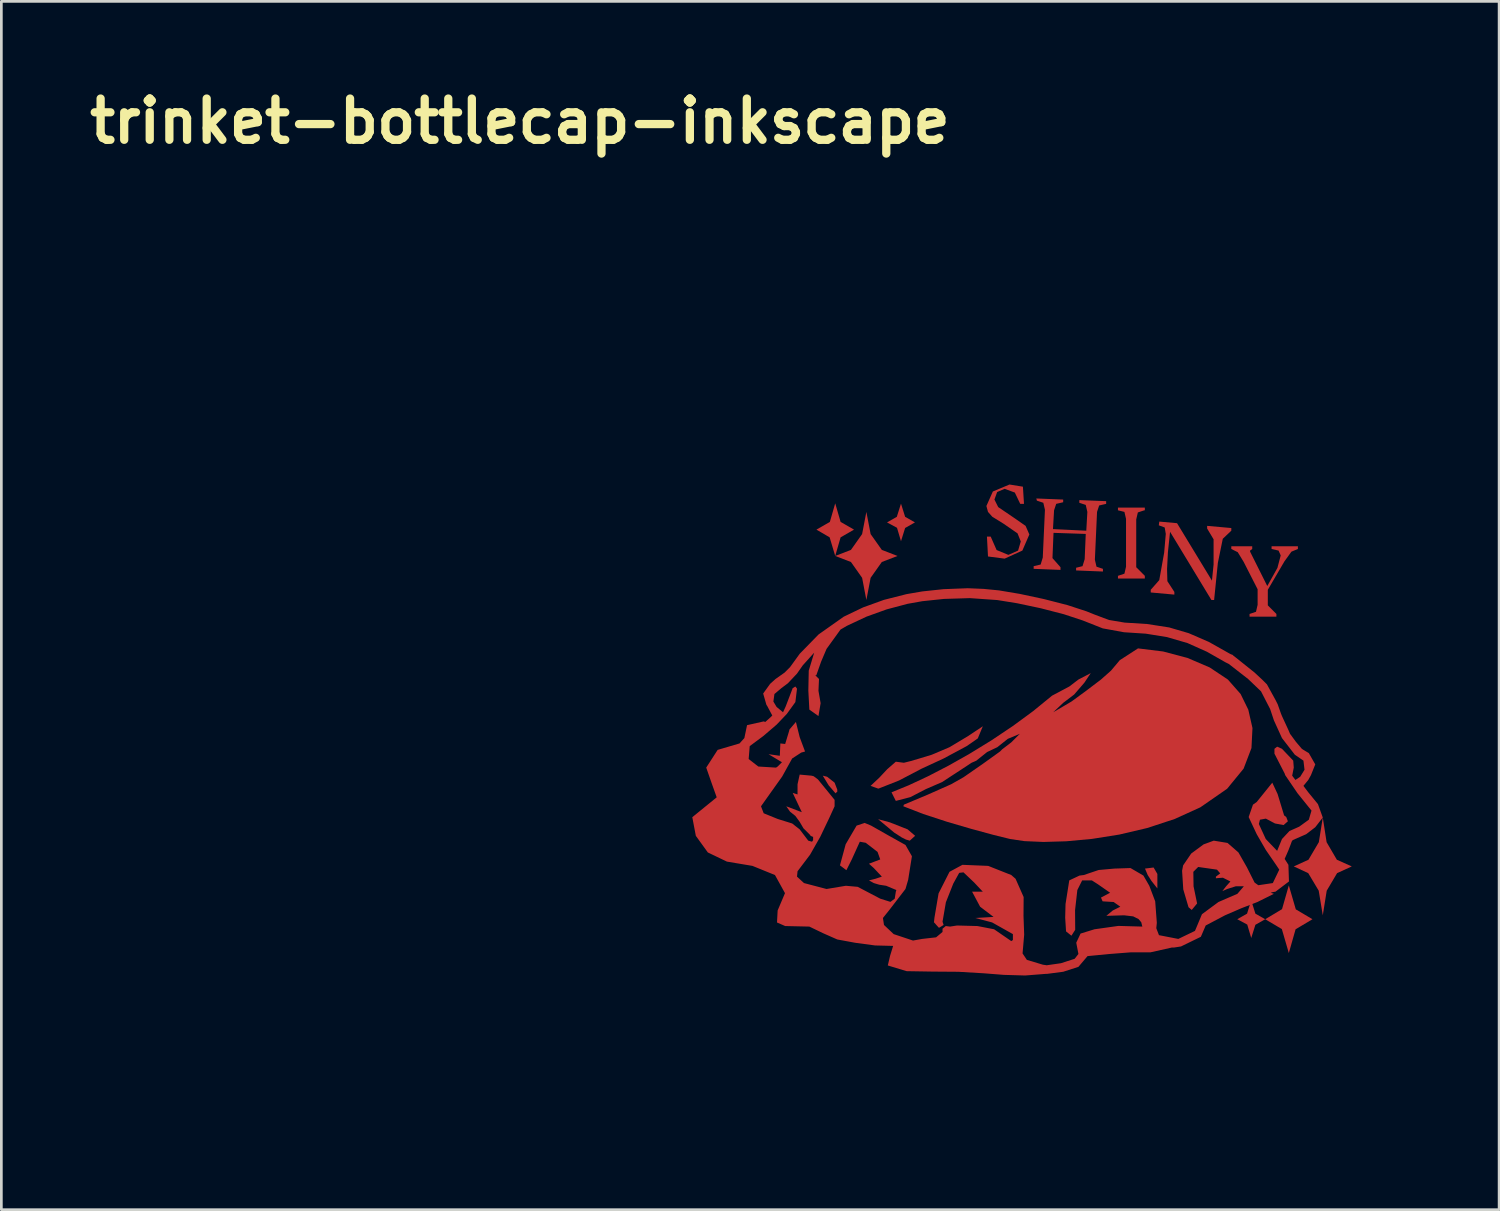
<source format=kicad_pcb>
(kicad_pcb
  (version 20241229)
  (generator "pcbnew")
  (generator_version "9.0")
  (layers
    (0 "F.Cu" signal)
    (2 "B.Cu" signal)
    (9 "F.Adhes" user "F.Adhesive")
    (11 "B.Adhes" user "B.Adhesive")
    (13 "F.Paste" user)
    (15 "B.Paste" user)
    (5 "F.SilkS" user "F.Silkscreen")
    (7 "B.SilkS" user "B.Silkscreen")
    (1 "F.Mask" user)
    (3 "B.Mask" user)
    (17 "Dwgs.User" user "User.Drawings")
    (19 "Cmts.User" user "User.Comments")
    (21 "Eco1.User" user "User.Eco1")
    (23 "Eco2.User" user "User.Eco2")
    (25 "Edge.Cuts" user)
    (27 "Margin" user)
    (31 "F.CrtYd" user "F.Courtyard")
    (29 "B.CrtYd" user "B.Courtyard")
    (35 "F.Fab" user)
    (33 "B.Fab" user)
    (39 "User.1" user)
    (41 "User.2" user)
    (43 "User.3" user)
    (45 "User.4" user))
  (footprint "trinket-bottlecap-inkscape"
    (layer "F.Cu")
    (at 16.162 4.474)
    (property "Reference" "trinket-bottlecap-inkscape" (at 0 -3.048 0) (layer "F.SilkS") (effects (font (size 1.524 1.524) (thickness 0.305))))
    (attr exclude_from_pos_files exclude_from_bom)
    (fp_poly (pts (xy 11.069 18.417) (xy 11.069 18.437) (xy 11.069 18.417)) (stroke (width 0) (type solid)) (fill yes) (layer "F.Cu"))
    (fp_poly (pts (xy 23.412 24.529) (xy 23.094 24.569) (xy 23.194 24.807) (xy 23.333 25.025) (xy 23.551 25.303) (xy 23.551 24.767) (xy 23.412 24.529)) (stroke (width 0) (type solid)) (fill yes) (layer "F.Cu"))
    (fp_poly (pts (xy 11.625 21.394) (xy 11.347 21.175) (xy 11.188 21.136) (xy 11.406 21.493) (xy 11.645 21.771) (xy 11.645 21.791) (xy 11.724 21.731) (xy 11.724 21.652) (xy 11.625 21.394)) (stroke (width 0) (type solid)) (fill yes) (layer "F.Cu"))
    (fp_poly (pts (xy 11.648 11.073) (xy 11.45 11.76) (xy 10.954 12.045) (xy 11.442 12.33) (xy 11.648 13.018) (xy 11.847 12.33) (xy 12.343 12.045) (xy 11.847 11.76) (xy 11.648 11.073)) (stroke (width 0) (type solid)) (fill yes) (layer "F.Cu"))
    (fp_poly (pts (xy 14.078 11.084) (xy 13.924 11.572) (xy 13.562 11.778) (xy 13.931 11.977) (xy 14.078 12.473) (xy 14.231 11.984) (xy 14.594 11.778) (xy 14.231 11.572) (xy 14.078 11.084)) (stroke (width 0) (type solid)) (fill yes) (layer "F.Cu"))
    (fp_poly (pts (xy 14.324 23.12) (xy 13.669 22.862) (xy 13.232 22.743) (xy 13.827 23.239) (xy 14.105 23.418) (xy 14.264 23.497) (xy 14.403 23.537) (xy 14.601 23.358) (xy 14.324 23.12)) (stroke (width 0) (type solid)) (fill yes) (layer "F.Cu"))
    (fp_poly (pts (xy 27.019 25.745) (xy 26.865 26.234) (xy 26.503 26.44) (xy 26.872 26.638) (xy 27.019 27.134) (xy 27.173 26.646) (xy 27.535 26.44) (xy 27.173 26.234) (xy 27.019 25.745)) (stroke (width 0) (type solid)) (fill yes) (layer "F.Cu"))
    (fp_poly (pts (xy 28.408 25.19) (xy 28.157 26.068) (xy 27.535 26.44) (xy 28.15 26.804) (xy 28.408 27.69) (xy 28.658 26.812) (xy 29.281 26.44) (xy 28.666 26.075) (xy 28.408 25.19)) (stroke (width 0) (type solid)) (fill yes) (layer "F.Cu"))
    (fp_poly (pts (xy 12.799 11.39) (xy 12.642 12.209) (xy 12.229 12.794) (xy 11.648 13.018) (xy 12.229 13.241) (xy 12.642 13.826) (xy 12.799 14.645) (xy 12.956 13.826) (xy 13.37 13.241) (xy 13.95 13.018) (xy 13.37 12.794) (xy 12.956 12.209) (xy 12.799 11.39)) (stroke (width 0) (type solid)) (fill yes) (layer "F.Cu"))
    (fp_poly (pts (xy 29.663 22.683) (xy 29.517 23.593) (xy 29.134 24.242) (xy 28.591 24.489) (xy 29.125 24.737) (xy 29.513 25.386) (xy 29.663 26.295) (xy 29.808 25.386) (xy 30.192 24.737) (xy 30.734 24.489) (xy 30.183 24.242) (xy 29.804 23.593) (xy 29.663 22.683)) (stroke (width 0) (type solid)) (fill yes) (layer "F.Cu"))
    (fp_poly (pts (xy 23.068 11.331) (xy 22.83 11.41) (xy 22.77 11.668) (xy 22.77 13.434) (xy 23.088 13.752) (xy 23.088 13.851) (xy 22.095 13.851) (xy 22.095 13.752) (xy 22.334 13.672) (xy 22.393 13.414) (xy 22.393 11.648) (xy 22.334 11.39) (xy 22.095 11.331) (xy 22.095 11.232) (xy 23.088 11.232) (xy 23.088 11.331) (xy 23.068 11.331)) (stroke (width 0) (type solid)) (fill yes) (layer "F.Cu"))
    (fp_poly (pts (xy 13.252 21.612) (xy 13.371 21.565) (xy 13.371 21.533) (xy 13.47 21.473) (xy 13.371 21.533) (xy 13.371 21.565) (xy 14.006 21.314) (xy 14.839 20.878) (xy 15.653 20.501) (xy 16.506 20.044) (xy 16.916 19.759) (xy 17.102 19.31) (xy 16.566 19.667) (xy 15.871 20.084) (xy 15.216 20.362) (xy 14.76 20.501) (xy 14.423 20.6) (xy 14.185 20.659) (xy 13.887 20.62) (xy 13.569 20.898) (xy 13.272 21.215) (xy 12.954 21.513) (xy 13.232 21.612) (xy 13.252 21.612)) (stroke (width 0) (type solid)) (fill yes) (layer "F.Cu"))
    (fp_poly (pts (xy 23.623 11.748) (xy 24.278 11.807) (xy 25.568 13.93) (xy 25.628 13.335) (xy 25.628 12.402) (xy 25.39 12.005) (xy 25.39 11.906) (xy 26.283 11.986) (xy 26.283 12.085) (xy 25.968 12.383) (xy 25.786 13.275) (xy 25.648 14.645) (xy 25.548 14.645) (xy 24.02 12.125) (xy 23.941 12.879) (xy 23.909 13.504) (xy 23.921 13.95) (xy 24.179 14.347) (xy 24.179 14.446) (xy 23.306 14.367) (xy 23.306 14.268) (xy 23.621 13.91) (xy 23.802 12.898) (xy 23.862 12.204) (xy 23.822 11.966) (xy 23.604 11.886) (xy 23.623 11.748)) (stroke (width 0) (type solid)) (fill yes) (layer "F.Cu"))
    (fp_poly (pts (xy 17.452 11.569) (xy 17.293 11.39) (xy 17.234 11.172) (xy 17.472 10.636) (xy 18.087 10.378) (xy 18.583 10.458) (xy 18.623 11.093) (xy 18.484 11.093) (xy 18.285 10.676) (xy 17.908 10.537) (xy 17.631 10.656) (xy 17.531 10.934) (xy 17.67 11.212) (xy 18.226 11.589) (xy 18.682 11.906) (xy 18.821 12.224) (xy 18.563 12.819) (xy 17.908 13.117) (xy 17.293 13.037) (xy 17.254 12.303) (xy 17.393 12.303) (xy 17.611 12.799) (xy 18.047 12.978) (xy 18.405 12.819) (xy 18.504 12.482) (xy 18.385 12.184) (xy 17.869 11.827) (xy 17.452 11.569)) (stroke (width 0) (type solid)) (fill yes) (layer "F.Cu"))
    (fp_poly (pts (xy 26.322 12.66) (xy 27.056 12.66) (xy 27.056 12.76) (xy 26.977 12.819) (xy 26.977 12.859) (xy 27.612 14.129) (xy 27.987 13.459) (xy 28.108 12.998) (xy 28.029 12.819) (xy 27.771 12.76) (xy 27.771 12.66) (xy 28.743 12.66) (xy 28.743 12.76) (xy 28.505 12.859) (xy 28.247 13.216) (xy 27.632 14.268) (xy 27.632 14.843) (xy 27.949 15.161) (xy 27.949 15.26) (xy 26.957 15.26) (xy 26.957 15.161) (xy 27.195 15.081) (xy 27.255 14.823) (xy 27.255 14.248) (xy 26.739 13.236) (xy 26.521 12.879) (xy 26.283 12.76) (xy 26.283 12.66) (xy 26.322 12.66)) (stroke (width 0) (type solid)) (fill yes) (layer "F.Cu"))
    (fp_poly (pts (xy 19.079 10.894) (xy 20.071 10.934) (xy 20.071 11.033) (xy 19.813 11.093) (xy 19.734 11.331) (xy 19.694 12.025) (xy 20.925 12.085) (xy 20.964 11.39) (xy 20.905 11.132) (xy 20.667 11.053) (xy 20.667 10.954) (xy 21.659 10.993) (xy 21.659 11.093) (xy 21.401 11.152) (xy 21.322 11.39) (xy 21.242 13.156) (xy 21.302 13.414) (xy 21.54 13.494) (xy 21.54 13.593) (xy 20.548 13.553) (xy 20.548 13.454) (xy 20.786 13.395) (xy 20.865 13.137) (xy 20.905 12.204) (xy 19.714 12.164) (xy 19.675 13.097) (xy 19.972 13.434) (xy 19.972 13.533) (xy 18.98 13.494) (xy 18.98 13.395) (xy 19.238 13.335) (xy 19.317 13.077) (xy 19.397 11.311) (xy 19.337 11.053) (xy 19.099 10.974) (xy 19.079 10.894)) (stroke (width 0) (type solid)) (fill yes) (layer "F.Cu"))
    (fp_poly (pts (xy 22.836 16.433) (xy 22.162 16.869) (xy 21.837 17.256) (xy 21.467 17.584) (xy 20.922 17.998) (xy 20.376 18.397) (xy 19.701 18.794) (xy 20.073 18.444) (xy 20.475 18.139) (xy 20.852 17.703) (xy 21.09 17.346) (xy 20.634 17.584) (xy 20.296 17.842) (xy 19.661 18.179) (xy 18.959 18.752) (xy 18.204 19.306) (xy 17.418 19.832) (xy 16.62 20.322) (xy 15.832 20.767) (xy 15.074 21.159) (xy 14.366 21.49) (xy 13.728 21.751) (xy 13.887 22.068) (xy 14.423 21.929) (xy 14.998 21.632) (xy 15.594 21.374) (xy 16.05 21.076) (xy 16.506 20.778) (xy 16.685 20.659) (xy 16.864 20.58) (xy 17.26 20.263) (xy 17.637 20.084) (xy 18.024 19.776) (xy 18.471 19.588) (xy 18.153 19.905) (xy 17.816 20.163) (xy 17.737 20.243) (xy 17.102 20.699) (xy 16.387 21.195) (xy 15.931 21.453) (xy 15.065 21.838) (xy 14.185 22.207) (xy 14.165 22.267) (xy 14.897 22.551) (xy 15.778 22.839) (xy 16.687 23.105) (xy 17.505 23.327) (xy 18.114 23.477) (xy 18.635 23.554) (xy 19.34 23.585) (xy 20.186 23.56) (xy 21.135 23.472) (xy 22.145 23.312) (xy 23.176 23.07) (xy 24.187 22.738) (xy 25.138 22.306) (xy 26.128 21.62) (xy 26.737 20.877) (xy 27.028 20.116) (xy 27.065 19.377) (xy 26.911 18.698) (xy 26.627 18.119) (xy 26.158 17.586) (xy 25.484 17.137) (xy 24.665 16.786) (xy 23.762 16.547) (xy 22.836 16.433)) (stroke (width 0) (type solid)) (fill yes) (layer "F.Cu"))
    (fp_poly (pts (xy 29.484 22.187) (xy 29.127 21.751) (xy 28.948 21.513) (xy 29.127 21.294) (xy 29.226 21.116) (xy 29.385 20.719) (xy 29.147 20.302) (xy 28.948 20.183) (xy 28.889 20.143) (xy 28.671 19.886) (xy 28.452 19.588) (xy 28.393 19.449) (xy 28.155 18.933) (xy 28.115 18.834) (xy 27.996 18.496) (xy 27.916 18.338) (xy 27.599 17.762) (xy 27.42 17.584) (xy 27.143 17.326) (xy 26.448 16.77) (xy 26.369 16.711) (xy 26.349 16.691) (xy 26.329 16.671) (xy 26.269 16.651) (xy 26.23 16.631) (xy 25.454 16.194) (xy 24.71 15.871) (xy 23.987 15.659) (xy 23.171 15.532) (xy 22.34 15.48) (xy 21.762 15.383) (xy 21.229 15.183) (xy 20.931 15.063) (xy 20.231 14.834) (xy 19.359 14.61) (xy 18.465 14.419) (xy 17.697 14.29) (xy 17.136 14.235) (xy 16.546 14.21) (xy 15.646 14.245) (xy 14.866 14.328) (xy 14.284 14.428) (xy 13.448 14.64) (xy 12.679 14.918) (xy 11.962 15.262) (xy 11.033 15.918) (xy 10.338 16.63) (xy 9.978 17.127) (xy 9.779 17.326) (xy 9.442 17.564) (xy 9.244 17.742) (xy 8.986 18.1) (xy 9.105 18.516) (xy 9.144 18.576) (xy 9.164 18.616) (xy 9.323 18.913) (xy 9.263 18.973) (xy 9.065 19.151) (xy 9.005 19.131) (xy 8.39 19.27) (xy 8.291 19.747) (xy 8.112 19.945) (xy 7.304 20.183) (xy 6.882 20.838) (xy 7.071 21.38) (xy 7.269 21.936) (xy 6.862 22.267) (xy 6.367 22.67) (xy 6.498 23.359) (xy 6.942 23.973) (xy 7.646 24.311) (xy 8.589 24.469) (xy 9.422 24.807) (xy 9.792 25.477) (xy 9.521 26.116) (xy 9.497 26.56) (xy 9.799 26.692) (xy 10.692 26.712) (xy 11.201 26.957) (xy 11.724 27.188) (xy 12.391 27.311) (xy 13.12 27.409) (xy 13.788 27.426) (xy 13.674 27.796) (xy 13.591 28.148) (xy 14.284 28.359) (xy 15.241 28.375) (xy 16.198 28.382) (xy 17.141 28.438) (xy 17.879 28.496) (xy 18.666 28.519) (xy 19.443 28.458) (xy 19.463 28.458) (xy 19.463 28.141) (xy 19.324 28.121) (xy 18.729 27.942) (xy 18.57 27.704) (xy 18.63 27.009) (xy 18.605 26.315) (xy 18.61 25.62) (xy 18.312 24.946) (xy 18.153 24.807) (xy 17.3 24.469) (xy 16.348 24.43) (xy 15.871 24.688) (xy 15.467 25.486) (xy 15.316 26.374) (xy 15.296 26.553) (xy 15.474 26.751) (xy 15.494 26.751) (xy 15.653 26.652) (xy 15.613 26.533) (xy 15.737 25.814) (xy 16.01 25.124) (xy 16.229 24.727) (xy 16.387 24.708) (xy 16.784 25.085) (xy 17.062 25.382) (xy 17.102 25.422) (xy 16.705 25.422) (xy 17.002 25.978) (xy 17.499 26.355) (xy 16.824 26.394) (xy 17.444 26.558) (xy 18.213 26.99) (xy 18.213 27.208) (xy 18.153 27.248) (xy 17.518 26.811) (xy 16.903 26.692) (xy 16.149 26.672) (xy 15.891 26.712) (xy 15.732 26.692) (xy 15.613 26.791) (xy 15.613 26.871) (xy 15.613 26.91) (xy 15.375 27.109) (xy 14.859 27.168) (xy 14.522 27.228) (xy 13.808 26.99) (xy 13.45 26.652) (xy 13.411 26.394) (xy 13.649 26.097) (xy 14.244 25.323) (xy 14.343 24.985) (xy 14.482 24.112) (xy 14.244 23.696) (xy 13.617 23.346) (xy 12.974 22.981) (xy 12.736 22.882) (xy 12.438 22.981) (xy 12.034 23.671) (xy 11.823 24.45) (xy 12.061 24.628) (xy 12.26 24.231) (xy 12.557 23.576) (xy 12.776 23.616) (xy 13.212 23.953) (xy 13.311 24.231) (xy 12.895 24.39) (xy 13.073 24.549) (xy 13.371 24.866) (xy 13.133 24.946) (xy 12.895 25.005) (xy 13.073 25.104) (xy 13.272 25.164) (xy 13.53 25.204) (xy 13.907 25.362) (xy 13.887 25.422) (xy 13.847 25.68) (xy 13.689 25.799) (xy 13.311 25.68) (xy 12.478 25.243) (xy 12.041 25.204) (xy 11.327 25.323) (xy 10.494 25.104) (xy 10.236 24.866) (xy 10.256 24.668) (xy 10.718 24.057) (xy 11.096 23.393) (xy 11.426 22.703) (xy 11.625 22.267) (xy 11.625 22.029) (xy 11.01 21.275) (xy 10.851 21.156) (xy 10.771 21.136) (xy 10.335 21.096) (xy 10.256 21.453) (xy 10.256 21.83) (xy 10.077 21.771) (xy 10.414 22.485) (xy 9.839 22.267) (xy 9.978 22.465) (xy 10.176 22.624) (xy 10.335 22.842) (xy 10.474 23.08) (xy 10.514 23.12) (xy 10.732 23.338) (xy 10.732 23.358) (xy 10.831 23.398) (xy 10.831 23.517) (xy 10.791 23.576) (xy 10.652 23.537) (xy 10.335 23.12) (xy 10.057 22.902) (xy 9.524 22.736) (xy 9.005 22.525) (xy 8.906 22.267) (xy 9.244 21.791) (xy 9.688 21.168) (xy 10.057 20.501) (xy 10.394 20.282) (xy 10.533 20.243) (xy 10.335 19.712) (xy 10.196 19.151) (xy 9.958 19.429) (xy 9.938 19.508) (xy 9.799 19.965) (xy 9.621 19.945) (xy 9.601 20.401) (xy 9.184 20.342) (xy 9.68 20.64) (xy 9.521 20.798) (xy 9.462 20.838) (xy 8.807 20.798) (xy 8.45 20.521) (xy 8.489 20.044) (xy 8.993 19.67) (xy 9.482 19.251) (xy 9.859 18.856) (xy 10.176 18.417) (xy 10.236 17.921) (xy 10.176 17.842) (xy 10.077 17.901) (xy 9.819 18.576) (xy 9.72 18.794) (xy 9.482 18.596) (xy 9.363 18.397) (xy 9.402 18.119) (xy 9.66 17.901) (xy 9.898 17.723) (xy 10.236 17.365) (xy 10.449 17.06) (xy 10.871 16.591) (xy 10.67 17.256) (xy 10.655 17.991) (xy 10.692 18.695) (xy 11.029 18.933) (xy 11.109 18.457) (xy 11.029 18) (xy 11.049 17.564) (xy 10.91 17.425) (xy 10.95 17.425) (xy 11.124 16.931) (xy 11.327 16.453) (xy 11.843 15.738) (xy 12.081 15.599) (xy 12.804 15.26) (xy 13.548 14.992) (xy 14.324 14.786) (xy 14.869 14.689) (xy 15.668 14.605) (xy 16.623 14.576) (xy 17.637 14.647) (xy 18.368 14.765) (xy 19.237 14.949) (xy 20.096 15.171) (xy 20.793 15.401) (xy 21.534 15.694) (xy 22.321 15.837) (xy 23.122 15.889) (xy 23.908 16.016) (xy 24.663 16.236) (xy 25.382 16.557) (xy 26.071 16.949) (xy 26.19 17.008) (xy 26.904 17.564) (xy 27.381 18.02) (xy 27.718 18.675) (xy 27.857 19.092) (xy 28.155 19.747) (xy 28.631 20.362) (xy 28.948 20.58) (xy 28.988 20.917) (xy 28.829 21.175) (xy 28.651 21.294) (xy 28.532 21.136) (xy 28.591 20.838) (xy 28.571 20.58) (xy 28.155 20.143) (xy 27.976 20.064) (xy 27.877 20.143) (xy 27.877 20.322) (xy 28.254 21.056) (xy 28.274 21.116) (xy 28.73 21.786) (xy 29.246 22.426) (xy 29.147 22.763) (xy 28.79 23.021) (xy 28.432 23.18) (xy 28.155 23.477) (xy 27.976 23.914) (xy 27.557 23.477) (xy 27.301 22.922) (xy 27.341 22.763) (xy 27.559 22.723) (xy 27.897 22.902) (xy 28.214 22.961) (xy 28.373 22.822) (xy 28.313 22.664) (xy 28.234 22.604) (xy 27.993 21.813) (xy 27.797 21.394) (xy 27.222 22.108) (xy 27.083 22.207) (xy 26.924 22.664) (xy 27.222 23.299) (xy 27.557 23.879) (xy 27.936 24.43) (xy 28.055 24.608) (xy 27.817 25.104) (xy 27.281 25.184) (xy 27.143 25.085) (xy 26.86 24.522) (xy 26.547 23.973) (xy 26.143 23.621) (xy 25.634 23.537) (xy 25.257 23.676) (xy 24.801 24.013) (xy 24.503 24.45) (xy 24.464 24.648) (xy 24.508 25.338) (xy 24.702 25.997) (xy 24.821 26.097) (xy 25.019 25.858) (xy 24.999 25.759) (xy 24.888 25.223) (xy 24.88 24.688) (xy 25.059 24.509) (xy 25.754 24.608) (xy 25.873 24.747) (xy 25.714 24.866) (xy 25.714 24.906) (xy 25.714 24.926) (xy 25.972 24.906) (xy 26.25 25.045) (xy 26.091 25.223) (xy 25.952 25.402) (xy 26.131 25.323) (xy 26.448 25.223) (xy 26.746 25.223) (xy 26.508 25.501) (xy 25.808 25.804) (xy 25.198 26.255) (xy 24.999 26.732) (xy 24.94 26.871) (xy 24.325 27.168) (xy 23.61 27.029) (xy 23.511 26.771) (xy 23.531 26.573) (xy 23.471 25.779) (xy 23.253 25.204) (xy 23.035 24.827) (xy 22.559 24.549) (xy 21.963 24.569) (xy 21.383 24.621) (xy 20.832 24.807) (xy 20.674 24.827) (xy 20.296 25.005) (xy 20.158 25.878) (xy 20.145 26.384) (xy 20.177 26.89) (xy 20.376 27.049) (xy 20.515 26.831) (xy 20.51 26.104) (xy 20.594 25.362) (xy 20.773 25.005) (xy 21.13 25.005) (xy 21.348 25.144) (xy 21.805 25.462) (xy 21.467 25.64) (xy 21.527 25.779) (xy 21.936 25.804) (xy 22.182 25.978) (xy 21.904 26.116) (xy 21.666 26.315) (xy 22.321 26.295) (xy 22.658 26.335) (xy 22.856 26.434) (xy 22.956 26.553) (xy 22.995 26.712) (xy 22.112 26.687) (xy 21.229 26.811) (xy 20.713 26.97) (xy 20.554 27.307) (xy 20.634 27.724) (xy 20.495 27.902) (xy 19.986 28.066) (xy 19.463 28.141) (xy 19.463 28.458) (xy 19.483 28.458) (xy 20.073 28.381) (xy 20.634 28.2) (xy 20.971 27.803) (xy 21.765 27.726) (xy 22.559 27.664) (xy 23.293 27.664) (xy 24.087 27.486) (xy 24.166 27.486) (xy 24.424 27.446) (xy 25.158 27.089) (xy 25.337 26.672) (xy 26.051 26.295) (xy 26.66 26.032) (xy 27.248 25.804) (xy 27.857 25.501) (xy 27.738 25.462) (xy 27.797 25.442) (xy 27.916 25.422) (xy 28.413 25.045) (xy 28.393 24.43) (xy 28.254 24.211) (xy 28.333 24.033) (xy 28.393 23.894) (xy 28.492 23.636) (xy 28.512 23.576) (xy 28.551 23.517) (xy 29.048 23.299) (xy 29.385 23.041) (xy 29.663 22.683) (xy 29.484 22.187)) (stroke (width 0) (type solid)) (fill yes) (layer "F.Cu"))
    (fp_poly (pts (xy 11.069 18.417) (xy 11.069 18.437) (xy 11.069 18.417)) (stroke (width 0) (type solid)) (fill yes) (layer "F.Mask"))
    (fp_poly (pts (xy 23.412 24.529) (xy 23.094 24.569) (xy 23.194 24.807) (xy 23.333 25.025) (xy 23.551 25.303) (xy 23.551 24.767) (xy 23.412 24.529)) (stroke (width 0) (type solid)) (fill yes) (layer "F.Mask"))
    (fp_poly (pts (xy 11.625 21.394) (xy 11.347 21.175) (xy 11.188 21.136) (xy 11.406 21.493) (xy 11.645 21.771) (xy 11.645 21.791) (xy 11.724 21.731) (xy 11.724 21.652) (xy 11.625 21.394)) (stroke (width 0) (type solid)) (fill yes) (layer "F.Mask"))
    (fp_poly (pts (xy 11.648 11.073) (xy 11.45 11.76) (xy 10.954 12.045) (xy 11.442 12.33) (xy 11.648 13.018) (xy 11.847 12.33) (xy 12.343 12.045) (xy 11.847 11.76) (xy 11.648 11.073)) (stroke (width 0) (type solid)) (fill yes) (layer "F.Mask"))
    (fp_poly (pts (xy 14.078 11.084) (xy 13.924 11.572) (xy 13.562 11.778) (xy 13.931 11.977) (xy 14.078 12.473) (xy 14.231 11.984) (xy 14.594 11.778) (xy 14.231 11.572) (xy 14.078 11.084)) (stroke (width 0) (type solid)) (fill yes) (layer "F.Mask"))
    (fp_poly (pts (xy 14.324 23.12) (xy 13.669 22.862) (xy 13.232 22.743) (xy 13.827 23.239) (xy 14.105 23.418) (xy 14.264 23.497) (xy 14.403 23.537) (xy 14.601 23.358) (xy 14.324 23.12)) (stroke (width 0) (type solid)) (fill yes) (layer "F.Mask"))
    (fp_poly (pts (xy 27.019 25.745) (xy 26.865 26.234) (xy 26.503 26.44) (xy 26.872 26.638) (xy 27.019 27.134) (xy 27.173 26.646) (xy 27.535 26.44) (xy 27.173 26.234) (xy 27.019 25.745)) (stroke (width 0) (type solid)) (fill yes) (layer "F.Mask"))
    (fp_poly (pts (xy 28.408 25.19) (xy 28.157 26.068) (xy 27.535 26.44) (xy 28.15 26.804) (xy 28.408 27.69) (xy 28.658 26.812) (xy 29.281 26.44) (xy 28.666 26.075) (xy 28.408 25.19)) (stroke (width 0) (type solid)) (fill yes) (layer "F.Mask"))
    (fp_poly (pts (xy 12.799 11.39) (xy 12.642 12.209) (xy 12.229 12.794) (xy 11.648 13.018) (xy 12.229 13.241) (xy 12.642 13.826) (xy 12.799 14.645) (xy 12.956 13.826) (xy 13.37 13.241) (xy 13.95 13.018) (xy 13.37 12.794) (xy 12.956 12.209) (xy 12.799 11.39)) (stroke (width 0) (type solid)) (fill yes) (layer "F.Mask"))
    (fp_poly (pts (xy 29.663 22.683) (xy 29.517 23.593) (xy 29.134 24.242) (xy 28.591 24.489) (xy 29.125 24.737) (xy 29.513 25.386) (xy 29.663 26.295) (xy 29.808 25.386) (xy 30.192 24.737) (xy 30.734 24.489) (xy 30.183 24.242) (xy 29.804 23.593) (xy 29.663 22.683)) (stroke (width 0) (type solid)) (fill yes) (layer "F.Mask"))
    (fp_poly (pts (xy 23.068 11.331) (xy 22.83 11.41) (xy 22.77 11.668) (xy 22.77 13.434) (xy 23.088 13.752) (xy 23.088 13.851) (xy 22.095 13.851) (xy 22.095 13.752) (xy 22.334 13.672) (xy 22.393 13.414) (xy 22.393 11.648) (xy 22.334 11.39) (xy 22.095 11.331) (xy 22.095 11.232) (xy 23.088 11.232) (xy 23.088 11.331) (xy 23.068 11.331)) (stroke (width 0) (type solid)) (fill yes) (layer "F.Mask"))
    (fp_poly (pts (xy 13.252 21.612) (xy 13.371 21.565) (xy 13.371 21.533) (xy 13.47 21.473) (xy 13.371 21.533) (xy 13.371 21.565) (xy 14.006 21.314) (xy 14.839 20.878) (xy 15.653 20.501) (xy 16.506 20.044) (xy 16.916 19.759) (xy 17.102 19.31) (xy 16.566 19.667) (xy 15.871 20.084) (xy 15.216 20.362) (xy 14.76 20.501) (xy 14.423 20.6) (xy 14.185 20.659) (xy 13.887 20.62) (xy 13.569 20.898) (xy 13.272 21.215) (xy 12.954 21.513) (xy 13.232 21.612) (xy 13.252 21.612)) (stroke (width 0) (type solid)) (fill yes) (layer "F.Mask"))
    (fp_poly (pts (xy 23.623 11.748) (xy 24.278 11.807) (xy 25.568 13.93) (xy 25.628 13.335) (xy 25.628 12.402) (xy 25.39 12.005) (xy 25.39 11.906) (xy 26.283 11.986) (xy 26.283 12.085) (xy 25.968 12.383) (xy 25.786 13.275) (xy 25.648 14.645) (xy 25.548 14.645) (xy 24.02 12.125) (xy 23.941 12.879) (xy 23.909 13.504) (xy 23.921 13.95) (xy 24.179 14.347) (xy 24.179 14.446) (xy 23.306 14.367) (xy 23.306 14.268) (xy 23.621 13.91) (xy 23.802 12.898) (xy 23.862 12.204) (xy 23.822 11.966) (xy 23.604 11.886) (xy 23.623 11.748)) (stroke (width 0) (type solid)) (fill yes) (layer "F.Mask"))
    (fp_poly (pts (xy 17.452 11.569) (xy 17.293 11.39) (xy 17.234 11.172) (xy 17.472 10.636) (xy 18.087 10.378) (xy 18.583 10.458) (xy 18.623 11.093) (xy 18.484 11.093) (xy 18.285 10.676) (xy 17.908 10.537) (xy 17.631 10.656) (xy 17.531 10.934) (xy 17.67 11.212) (xy 18.226 11.589) (xy 18.682 11.906) (xy 18.821 12.224) (xy 18.563 12.819) (xy 17.908 13.117) (xy 17.293 13.037) (xy 17.254 12.303) (xy 17.393 12.303) (xy 17.611 12.799) (xy 18.047 12.978) (xy 18.405 12.819) (xy 18.504 12.482) (xy 18.385 12.184) (xy 17.869 11.827) (xy 17.452 11.569)) (stroke (width 0) (type solid)) (fill yes) (layer "F.Mask"))
    (fp_poly (pts (xy 26.322 12.66) (xy 27.056 12.66) (xy 27.056 12.76) (xy 26.977 12.819) (xy 26.977 12.859) (xy 27.612 14.129) (xy 27.987 13.459) (xy 28.108 12.998) (xy 28.029 12.819) (xy 27.771 12.76) (xy 27.771 12.66) (xy 28.743 12.66) (xy 28.743 12.76) (xy 28.505 12.859) (xy 28.247 13.216) (xy 27.632 14.268) (xy 27.632 14.843) (xy 27.949 15.161) (xy 27.949 15.26) (xy 26.957 15.26) (xy 26.957 15.161) (xy 27.195 15.081) (xy 27.255 14.823) (xy 27.255 14.248) (xy 26.739 13.236) (xy 26.521 12.879) (xy 26.283 12.76) (xy 26.283 12.66) (xy 26.322 12.66)) (stroke (width 0) (type solid)) (fill yes) (layer "F.Mask"))
    (fp_poly (pts (xy 19.079 10.894) (xy 20.071 10.934) (xy 20.071 11.033) (xy 19.813 11.093) (xy 19.734 11.331) (xy 19.694 12.025) (xy 20.925 12.085) (xy 20.964 11.39) (xy 20.905 11.132) (xy 20.667 11.053) (xy 20.667 10.954) (xy 21.659 10.993) (xy 21.659 11.093) (xy 21.401 11.152) (xy 21.322 11.39) (xy 21.242 13.156) (xy 21.302 13.414) (xy 21.54 13.494) (xy 21.54 13.593) (xy 20.548 13.553) (xy 20.548 13.454) (xy 20.786 13.395) (xy 20.865 13.137) (xy 20.905 12.204) (xy 19.714 12.164) (xy 19.675 13.097) (xy 19.972 13.434) (xy 19.972 13.533) (xy 18.98 13.494) (xy 18.98 13.395) (xy 19.238 13.335) (xy 19.317 13.077) (xy 19.397 11.311) (xy 19.337 11.053) (xy 19.099 10.974) (xy 19.079 10.894)) (stroke (width 0) (type solid)) (fill yes) (layer "F.Mask"))
    (fp_poly (pts (xy 22.836 16.433) (xy 22.162 16.869) (xy 21.837 17.256) (xy 21.467 17.584) (xy 20.922 17.998) (xy 20.376 18.397) (xy 19.701 18.794) (xy 20.073 18.444) (xy 20.475 18.139) (xy 20.852 17.703) (xy 21.09 17.346) (xy 20.634 17.584) (xy 20.296 17.842) (xy 19.661 18.179) (xy 18.959 18.752) (xy 18.204 19.306) (xy 17.418 19.832) (xy 16.62 20.322) (xy 15.832 20.767) (xy 15.074 21.159) (xy 14.366 21.49) (xy 13.728 21.751) (xy 13.887 22.068) (xy 14.423 21.929) (xy 14.998 21.632) (xy 15.594 21.374) (xy 16.05 21.076) (xy 16.506 20.778) (xy 16.685 20.659) (xy 16.864 20.58) (xy 17.26 20.263) (xy 17.637 20.084) (xy 18.024 19.776) (xy 18.471 19.588) (xy 18.153 19.905) (xy 17.816 20.163) (xy 17.737 20.243) (xy 17.102 20.699) (xy 16.387 21.195) (xy 15.931 21.453) (xy 15.065 21.838) (xy 14.185 22.207) (xy 14.165 22.267) (xy 14.897 22.551) (xy 15.778 22.839) (xy 16.687 23.105) (xy 17.505 23.327) (xy 18.114 23.477) (xy 18.635 23.554) (xy 19.34 23.585) (xy 20.186 23.56) (xy 21.135 23.472) (xy 22.145 23.312) (xy 23.176 23.07) (xy 24.187 22.738) (xy 25.138 22.306) (xy 26.128 21.62) (xy 26.737 20.877) (xy 27.028 20.116) (xy 27.065 19.377) (xy 26.911 18.698) (xy 26.627 18.119) (xy 26.158 17.586) (xy 25.484 17.137) (xy 24.665 16.786) (xy 23.762 16.547) (xy 22.836 16.433)) (stroke (width 0) (type solid)) (fill yes) (layer "F.Mask"))
    (fp_poly (pts (xy 29.484 22.187) (xy 29.127 21.751) (xy 28.948 21.513) (xy 29.127 21.294) (xy 29.226 21.116) (xy 29.385 20.719) (xy 29.147 20.302) (xy 28.948 20.183) (xy 28.889 20.143) (xy 28.671 19.886) (xy 28.452 19.588) (xy 28.393 19.449) (xy 28.155 18.933) (xy 28.115 18.834) (xy 27.996 18.496) (xy 27.916 18.338) (xy 27.599 17.762) (xy 27.42 17.584) (xy 27.143 17.326) (xy 26.448 16.77) (xy 26.369 16.711) (xy 26.349 16.691) (xy 26.329 16.671) (xy 26.269 16.651) (xy 26.23 16.631) (xy 25.454 16.194) (xy 24.71 15.871) (xy 23.987 15.659) (xy 23.171 15.532) (xy 22.34 15.48) (xy 21.762 15.383) (xy 21.229 15.183) (xy 20.931 15.063) (xy 20.231 14.834) (xy 19.359 14.61) (xy 18.465 14.419) (xy 17.697 14.29) (xy 17.136 14.235) (xy 16.546 14.21) (xy 15.646 14.245) (xy 14.866 14.328) (xy 14.284 14.428) (xy 13.448 14.64) (xy 12.679 14.918) (xy 11.962 15.262) (xy 11.033 15.918) (xy 10.338 16.63) (xy 9.978 17.127) (xy 9.779 17.326) (xy 9.442 17.564) (xy 9.244 17.742) (xy 8.986 18.1) (xy 9.105 18.516) (xy 9.144 18.576) (xy 9.164 18.616) (xy 9.323 18.913) (xy 9.263 18.973) (xy 9.065 19.151) (xy 9.005 19.131) (xy 8.39 19.27) (xy 8.291 19.747) (xy 8.112 19.945) (xy 7.304 20.183) (xy 6.882 20.838) (xy 7.071 21.38) (xy 7.269 21.936) (xy 6.862 22.267) (xy 6.367 22.67) (xy 6.498 23.359) (xy 6.942 23.973) (xy 7.646 24.311) (xy 8.589 24.469) (xy 9.422 24.807) (xy 9.792 25.477) (xy 9.521 26.116) (xy 9.497 26.56) (xy 9.799 26.692) (xy 10.692 26.712) (xy 11.201 26.957) (xy 11.724 27.188) (xy 12.391 27.311) (xy 13.12 27.409) (xy 13.788 27.426) (xy 13.674 27.796) (xy 13.591 28.148) (xy 14.284 28.359) (xy 15.241 28.375) (xy 16.198 28.382) (xy 17.141 28.438) (xy 17.879 28.496) (xy 18.666 28.519) (xy 19.443 28.458) (xy 19.463 28.458) (xy 19.463 28.141) (xy 19.324 28.121) (xy 18.729 27.942) (xy 18.57 27.704) (xy 18.63 27.009) (xy 18.605 26.315) (xy 18.61 25.62) (xy 18.312 24.946) (xy 18.153 24.807) (xy 17.3 24.469) (xy 16.348 24.43) (xy 15.871 24.688) (xy 15.467 25.486) (xy 15.316 26.374) (xy 15.296 26.553) (xy 15.474 26.751) (xy 15.494 26.751) (xy 15.653 26.652) (xy 15.613 26.533) (xy 15.737 25.814) (xy 16.01 25.124) (xy 16.229 24.727) (xy 16.387 24.708) (xy 16.784 25.085) (xy 17.062 25.382) (xy 17.102 25.422) (xy 16.705 25.422) (xy 17.002 25.978) (xy 17.499 26.355) (xy 16.824 26.394) (xy 17.444 26.558) (xy 18.213 26.99) (xy 18.213 27.208) (xy 18.153 27.248) (xy 17.518 26.811) (xy 16.903 26.692) (xy 16.149 26.672) (xy 15.891 26.712) (xy 15.732 26.692) (xy 15.613 26.791) (xy 15.613 26.871) (xy 15.613 26.91) (xy 15.375 27.109) (xy 14.859 27.168) (xy 14.522 27.228) (xy 13.808 26.99) (xy 13.45 26.652) (xy 13.411 26.394) (xy 13.649 26.097) (xy 14.244 25.323) (xy 14.343 24.985) (xy 14.482 24.112) (xy 14.244 23.696) (xy 13.617 23.346) (xy 12.974 22.981) (xy 12.736 22.882) (xy 12.438 22.981) (xy 12.034 23.671) (xy 11.823 24.45) (xy 12.061 24.628) (xy 12.26 24.231) (xy 12.557 23.576) (xy 12.776 23.616) (xy 13.212 23.953) (xy 13.311 24.231) (xy 12.895 24.39) (xy 13.073 24.549) (xy 13.371 24.866) (xy 13.133 24.946) (xy 12.895 25.005) (xy 13.073 25.104) (xy 13.272 25.164) (xy 13.53 25.204) (xy 13.907 25.362) (xy 13.887 25.422) (xy 13.847 25.68) (xy 13.689 25.799) (xy 13.311 25.68) (xy 12.478 25.243) (xy 12.041 25.204) (xy 11.327 25.323) (xy 10.494 25.104) (xy 10.236 24.866) (xy 10.256 24.668) (xy 10.718 24.057) (xy 11.096 23.393) (xy 11.426 22.703) (xy 11.625 22.267) (xy 11.625 22.029) (xy 11.01 21.275) (xy 10.851 21.156) (xy 10.771 21.136) (xy 10.335 21.096) (xy 10.256 21.453) (xy 10.256 21.83) (xy 10.077 21.771) (xy 10.414 22.485) (xy 9.839 22.267) (xy 9.978 22.465) (xy 10.176 22.624) (xy 10.335 22.842) (xy 10.474 23.08) (xy 10.514 23.12) (xy 10.732 23.338) (xy 10.732 23.358) (xy 10.831 23.398) (xy 10.831 23.517) (xy 10.791 23.576) (xy 10.652 23.537) (xy 10.335 23.12) (xy 10.057 22.902) (xy 9.524 22.736) (xy 9.005 22.525) (xy 8.906 22.267) (xy 9.244 21.791) (xy 9.688 21.168) (xy 10.057 20.501) (xy 10.394 20.282) (xy 10.533 20.243) (xy 10.335 19.712) (xy 10.196 19.151) (xy 9.958 19.429) (xy 9.938 19.508) (xy 9.799 19.965) (xy 9.621 19.945) (xy 9.601 20.401) (xy 9.184 20.342) (xy 9.68 20.64) (xy 9.521 20.798) (xy 9.462 20.838) (xy 8.807 20.798) (xy 8.45 20.521) (xy 8.489 20.044) (xy 8.993 19.67) (xy 9.482 19.251) (xy 9.859 18.856) (xy 10.176 18.417) (xy 10.236 17.921) (xy 10.176 17.842) (xy 10.077 17.901) (xy 9.819 18.576) (xy 9.72 18.794) (xy 9.482 18.596) (xy 9.363 18.397) (xy 9.402 18.119) (xy 9.66 17.901) (xy 9.898 17.723) (xy 10.236 17.365) (xy 10.449 17.06) (xy 10.871 16.591) (xy 10.67 17.256) (xy 10.655 17.991) (xy 10.692 18.695) (xy 11.029 18.933) (xy 11.109 18.457) (xy 11.029 18) (xy 11.049 17.564) (xy 10.91 17.425) (xy 10.95 17.425) (xy 11.124 16.931) (xy 11.327 16.453) (xy 11.843 15.738) (xy 12.081 15.599) (xy 12.804 15.26) (xy 13.548 14.992) (xy 14.324 14.786) (xy 14.869 14.689) (xy 15.668 14.605) (xy 16.623 14.576) (xy 17.637 14.647) (xy 18.368 14.765) (xy 19.237 14.949) (xy 20.096 15.171) (xy 20.793 15.401) (xy 21.534 15.694) (xy 22.321 15.837) (xy 23.122 15.889) (xy 23.908 16.016) (xy 24.663 16.236) (xy 25.382 16.557) (xy 26.071 16.949) (xy 26.19 17.008) (xy 26.904 17.564) (xy 27.381 18.02) (xy 27.718 18.675) (xy 27.857 19.092) (xy 28.155 19.747) (xy 28.631 20.362) (xy 28.948 20.58) (xy 28.988 20.917) (xy 28.829 21.175) (xy 28.651 21.294) (xy 28.532 21.136) (xy 28.591 20.838) (xy 28.571 20.58) (xy 28.155 20.143) (xy 27.976 20.064) (xy 27.877 20.143) (xy 27.877 20.322) (xy 28.254 21.056) (xy 28.274 21.116) (xy 28.73 21.786) (xy 29.246 22.426) (xy 29.147 22.763) (xy 28.79 23.021) (xy 28.432 23.18) (xy 28.155 23.477) (xy 27.976 23.914) (xy 27.557 23.477) (xy 27.301 22.922) (xy 27.341 22.763) (xy 27.559 22.723) (xy 27.897 22.902) (xy 28.214 22.961) (xy 28.373 22.822) (xy 28.313 22.664) (xy 28.234 22.604) (xy 27.993 21.813) (xy 27.797 21.394) (xy 27.222 22.108) (xy 27.083 22.207) (xy 26.924 22.664) (xy 27.222 23.299) (xy 27.557 23.879) (xy 27.936 24.43) (xy 28.055 24.608) (xy 27.817 25.104) (xy 27.281 25.184) (xy 27.143 25.085) (xy 26.86 24.522) (xy 26.547 23.973) (xy 26.143 23.621) (xy 25.634 23.537) (xy 25.257 23.676) (xy 24.801 24.013) (xy 24.503 24.45) (xy 24.464 24.648) (xy 24.508 25.338) (xy 24.702 25.997) (xy 24.821 26.097) (xy 25.019 25.858) (xy 24.999 25.759) (xy 24.888 25.223) (xy 24.88 24.688) (xy 25.059 24.509) (xy 25.754 24.608) (xy 25.873 24.747) (xy 25.714 24.866) (xy 25.714 24.906) (xy 25.714 24.926) (xy 25.972 24.906) (xy 26.25 25.045) (xy 26.091 25.223) (xy 25.952 25.402) (xy 26.131 25.323) (xy 26.448 25.223) (xy 26.746 25.223) (xy 26.508 25.501) (xy 25.808 25.804) (xy 25.198 26.255) (xy 24.999 26.732) (xy 24.94 26.871) (xy 24.325 27.168) (xy 23.61 27.029) (xy 23.511 26.771) (xy 23.531 26.573) (xy 23.471 25.779) (xy 23.253 25.204) (xy 23.035 24.827) (xy 22.559 24.549) (xy 21.963 24.569) (xy 21.383 24.621) (xy 20.832 24.807) (xy 20.674 24.827) (xy 20.296 25.005) (xy 20.158 25.878) (xy 20.145 26.384) (xy 20.177 26.89) (xy 20.376 27.049) (xy 20.515 26.831) (xy 20.51 26.104) (xy 20.594 25.362) (xy 20.773 25.005) (xy 21.13 25.005) (xy 21.348 25.144) (xy 21.805 25.462) (xy 21.467 25.64) (xy 21.527 25.779) (xy 21.936 25.804) (xy 22.182 25.978) (xy 21.904 26.116) (xy 21.666 26.315) (xy 22.321 26.295) (xy 22.658 26.335) (xy 22.856 26.434) (xy 22.956 26.553) (xy 22.995 26.712) (xy 22.112 26.687) (xy 21.229 26.811) (xy 20.713 26.97) (xy 20.554 27.307) (xy 20.634 27.724) (xy 20.495 27.902) (xy 19.986 28.066) (xy 19.463 28.141) (xy 19.463 28.458) (xy 19.483 28.458) (xy 20.073 28.381) (xy 20.634 28.2) (xy 20.971 27.803) (xy 21.765 27.726) (xy 22.559 27.664) (xy 23.293 27.664) (xy 24.087 27.486) (xy 24.166 27.486) (xy 24.424 27.446) (xy 25.158 27.089) (xy 25.337 26.672) (xy 26.051 26.295) (xy 26.66 26.032) (xy 27.248 25.804) (xy 27.857 25.501) (xy 27.738 25.462) (xy 27.797 25.442) (xy 27.916 25.422) (xy 28.413 25.045) (xy 28.393 24.43) (xy 28.254 24.211) (xy 28.333 24.033) (xy 28.393 23.894) (xy 28.492 23.636) (xy 28.512 23.576) (xy 28.551 23.517) (xy 29.048 23.299) (xy 29.385 23.041) (xy 29.663 22.683) (xy 29.484 22.187)) (stroke (width 0) (type solid)) (fill yes) (layer "F.Mask"))
    (fp_poly (pts (xy 33.179 19.685) (xy 33.161 20.396) (xy 33.109 21.105) (xy 33.022 21.811) (xy 32.9 22.511) (xy 32.745 23.205) (xy 32.555 23.89) (xy 32.332 24.565) (xy 32.076 25.229) (xy 31.788 25.879) (xy 31.468 26.514) (xy 31.118 27.132) (xy 30.737 27.733) (xy 30.328 28.314) (xy 29.891 28.875) (xy 29.426 29.413) (xy 28.936 29.928) (xy 28.421 30.418) (xy 27.883 30.883) (xy 27.322 31.32) (xy 26.741 31.73) (xy 26.14 32.11) (xy 25.521 32.46) (xy 24.886 32.78) (xy 24.236 33.068) (xy 23.573 33.324) (xy 22.898 33.547) (xy 22.213 33.737) (xy 21.519 33.893) (xy 20.818 34.014) (xy 20.113 34.101) (xy 19.404 34.153) (xy 18.693 34.171) (xy 17.982 34.153) (xy 17.273 34.101) (xy 16.567 34.014) (xy 15.867 33.893) (xy 15.173 33.737) (xy 14.488 33.547) (xy 13.813 33.324) (xy 13.149 33.068) (xy 12.499 32.78) (xy 11.864 32.46) (xy 11.246 32.11) (xy 10.645 31.73) (xy 10.064 31.32) (xy 9.503 30.883) (xy 8.965 30.418) (xy 8.45 29.928) (xy 7.959 29.413) (xy 7.495 28.875) (xy 7.058 28.314) (xy 6.648 27.733) (xy 6.268 27.132) (xy 5.917 26.514) (xy 5.598 25.879) (xy 5.31 25.229) (xy 5.054 24.565) (xy 4.831 23.89) (xy 4.641 23.205) (xy 4.485 22.511) (xy 4.364 21.811) (xy 4.277 21.105) (xy 4.224 20.396) (xy 4.207 19.685) (xy 4.224 18.974) (xy 4.277 18.265) (xy 4.364 17.559) (xy 4.485 16.859) (xy 4.641 16.165) (xy 4.831 15.48) (xy 5.054 14.805) (xy 5.31 14.141) (xy 5.598 13.491) (xy 5.917 12.856) (xy 6.268 12.238) (xy 6.648 11.637) (xy 7.058 11.056) (xy 7.495 10.495) (xy 7.959 9.957) (xy 8.45 9.442) (xy 8.965 8.952) (xy 9.503 8.487) (xy 10.064 8.05) (xy 10.645 7.64) (xy 11.246 7.26) (xy 11.864 6.91) (xy 12.499 6.59) (xy 13.149 6.302) (xy 13.813 6.046) (xy 14.488 5.823) (xy 15.173 5.633) (xy 15.867 5.477) (xy 16.567 5.356) (xy 17.273 5.269) (xy 17.982 5.217) (xy 18.693 5.199) (xy 19.404 5.217) (xy 20.113 5.269) (xy 20.818 5.356) (xy 21.519 5.477) (xy 22.213 5.633) (xy 22.898 5.823) (xy 23.573 6.046) (xy 24.236 6.302) (xy 24.886 6.59) (xy 25.521 6.91) (xy 26.14 7.26) (xy 26.741 7.64) (xy 27.322 8.05) (xy 27.883 8.487) (xy 28.421 8.952) (xy 28.936 9.442) (xy 29.426 9.957) (xy 29.891 10.495) (xy 30.328 11.056) (xy 30.737 11.637) (xy 31.118 12.238) (xy 31.468 12.856) (xy 31.788 13.491) (xy 32.076 14.141) (xy 32.332 14.805) (xy 32.555 15.48) (xy 32.745 16.165) (xy 32.9 16.859) (xy 33.022 17.559) (xy 33.109 18.265) (xy 33.161 18.974) (xy 33.179 19.685)) (stroke (width 0.00001) (type solid)) (fill no) (layer "Edge.Cuts")))
  (gr_rect
    (start -3 -3)
    (end 52.34 41.645)
    (stroke (width 0.1) (type default))
    (fill no)
    (layer "Edge.Cuts")))
</source>
